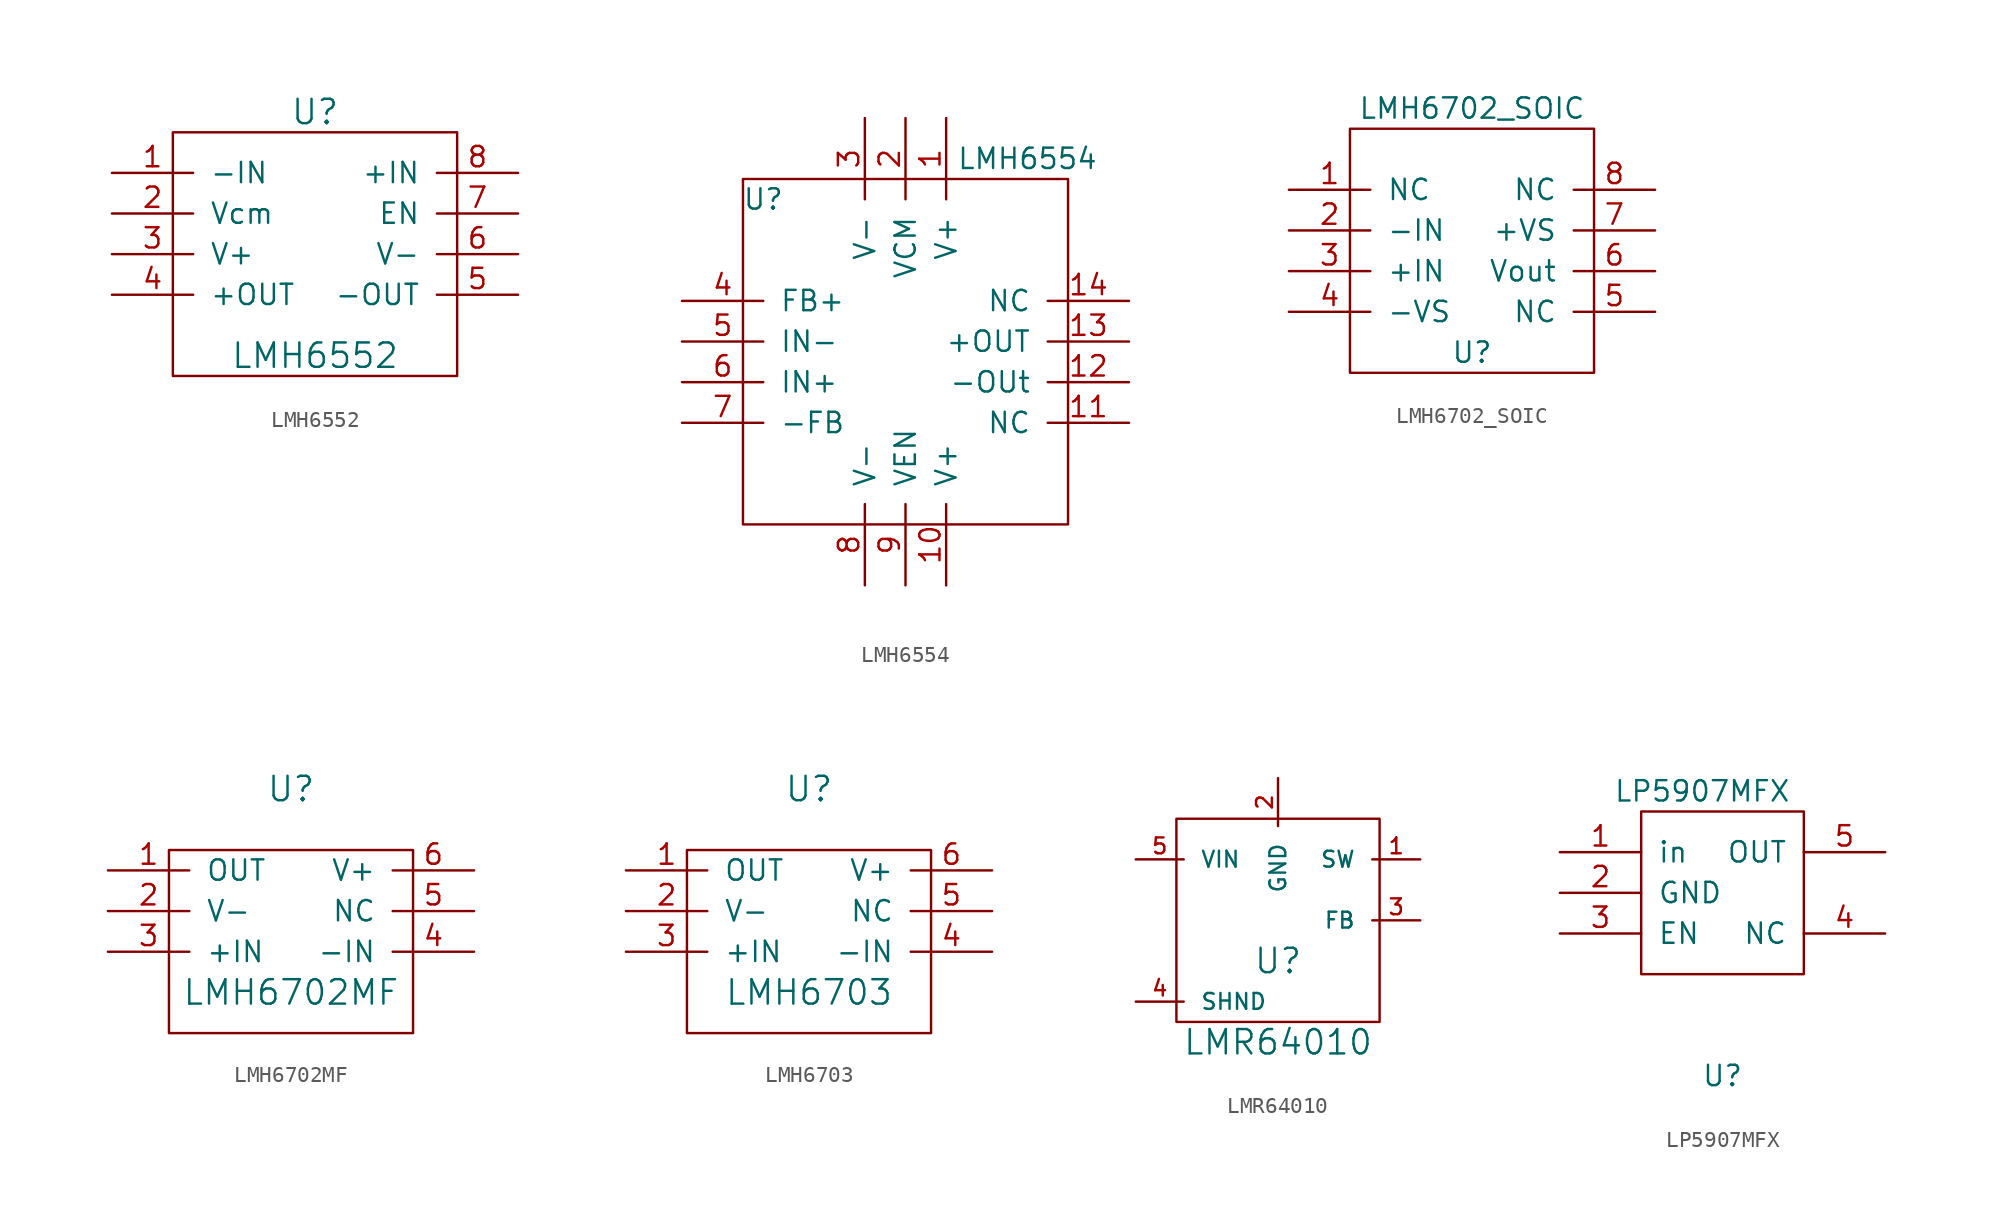
<source format=kicad_sym>
(kicad_symbol_lib
  (version 20220914)
  (generator kicad_symbol_editor)
  (symbol "LMH6552"
    (pin_names
      (offset 1.016))
    (property "Reference" "U"
      (at 0 7.62 0)
      (effects (font (size 1.524 1.524))))
    (property "Value" "LMH6552"
      (at 0 -7.62 0)
      (effects (font (size 1.524 1.524))))
    (property "Footprint" ""
      (at 0 0 0)
      (effects (font (size 1.524 1.524))))
    (property "Datasheet" ""
      (at 0 0 0)
      (effects (font (size 1.524 1.524))))
    (symbol "LMH6552_0_1"
      (rectangle (start -8.89 6.35) (end 8.89 -8.89) (stroke (width 0) (type solid)) (fill (type none))))
    (symbol "LMH6552_1_1"
      (pin input line (at -12.7 3.81 0) (length 5.08) (name "-IN" (effects (font (size 1.27 1.27)))) (number "1" (effects (font (size 1.27 1.27)))))
      (pin input line (at -12.7 1.27 0) (length 5.08) (name "Vcm" (effects (font (size 1.27 1.27)))) (number "2" (effects (font (size 1.27 1.27)))))
      (pin input line (at -12.7 -1.27 0) (length 5.08) (name "V+" (effects (font (size 1.27 1.27)))) (number "3" (effects (font (size 1.27 1.27)))))
      (pin input line (at -12.7 -3.81 0) (length 5.08) (name "+OUT" (effects (font (size 1.27 1.27)))) (number "4" (effects (font (size 1.27 1.27)))))
      (pin input line (at 12.7 -3.81 180) (length 5.08) (name "-OUT" (effects (font (size 1.27 1.27)))) (number "5" (effects (font (size 1.27 1.27)))))
      (pin input line (at 12.7 -1.27 180) (length 5.08) (name "V-" (effects (font (size 1.27 1.27)))) (number "6" (effects (font (size 1.27 1.27)))))
      (pin input line (at 12.7 1.27 180) (length 5.08) (name "EN" (effects (font (size 1.27 1.27)))) (number "7" (effects (font (size 1.27 1.27)))))
      (pin input line (at 12.7 3.81 180) (length 5.08) (name "+IN" (effects (font (size 1.27 1.27)))) (number "8" (effects (font (size 1.27 1.27)))))))
  (symbol "LMH6554"
    (pin_names
      (offset 1.016))
    (property "Reference" "U"
      (at -8.89 10.16 0)
      (effects (font (size 1.27 1.27))))
    (property "Value" "LMH6554"
      (at 7.62 12.7 0)
      (effects (font (size 1.27 1.27))))
    (symbol "LMH6554_0_1"
      (rectangle (start -10.16 11.43) (end 10.16 -10.16) (stroke (width 0) (type solid)) (fill (type none))))
    (symbol "LMH6554_1_1"
      (pin input line (at 2.54 15.24 270) (length 5.08) (name "V+" (effects (font (size 1.27 1.27)))) (number "1" (effects (font (size 1.27 1.27)))))
      (pin input line (at 2.54 -13.97 90) (length 5.08) (name "V+" (effects (font (size 1.27 1.27)))) (number "10" (effects (font (size 1.27 1.27)))))
      (pin input line (at 13.97 -3.81 180) (length 5.08) (name "NC" (effects (font (size 1.27 1.27)))) (number "11" (effects (font (size 1.27 1.27)))))
      (pin input line (at 13.97 -1.27 180) (length 5.08) (name "-OUt" (effects (font (size 1.27 1.27)))) (number "12" (effects (font (size 1.27 1.27)))))
      (pin input line (at 13.97 1.27 180) (length 5.08) (name "+OUT" (effects (font (size 1.27 1.27)))) (number "13" (effects (font (size 1.27 1.27)))))
      (pin input line (at 13.97 3.81 180) (length 5.08) (name "NC" (effects (font (size 1.27 1.27)))) (number "14" (effects (font (size 1.27 1.27)))))
      (pin input line (at 0 15.24 270) (length 5.08) (name "VCM" (effects (font (size 1.27 1.27)))) (number "2" (effects (font (size 1.27 1.27)))))
      (pin input line (at -2.54 15.24 270) (length 5.08) (name "V-" (effects (font (size 1.27 1.27)))) (number "3" (effects (font (size 1.27 1.27)))))
      (pin input line (at -13.97 3.81 0) (length 5.08) (name "FB+" (effects (font (size 1.27 1.27)))) (number "4" (effects (font (size 1.27 1.27)))))
      (pin input line (at -13.97 1.27 0) (length 5.08) (name "IN-" (effects (font (size 1.27 1.27)))) (number "5" (effects (font (size 1.27 1.27)))))
      (pin input line (at -13.97 -1.27 0) (length 5.08) (name "IN+" (effects (font (size 1.27 1.27)))) (number "6" (effects (font (size 1.27 1.27)))))
      (pin input line (at -13.97 -3.81 0) (length 5.08) (name "-FB" (effects (font (size 1.27 1.27)))) (number "7" (effects (font (size 1.27 1.27)))))
      (pin input line (at -2.54 -13.97 90) (length 5.08) (name "V-" (effects (font (size 1.27 1.27)))) (number "8" (effects (font (size 1.27 1.27)))))
      (pin input line (at 0 -13.97 90) (length 5.08) (name "VEN" (effects (font (size 1.27 1.27)))) (number "9" (effects (font (size 1.27 1.27)))))))
  (symbol "LMH6702_SOIC"
    (pin_names
      (offset 1.016))
    (property "Reference" "U"
      (at 0 -7.62 0)
      (effects (font (size 1.27 1.27))))
    (property "Value" "LMH6702_SOIC"
      (at 0 7.62 0)
      (effects (font (size 1.27 1.27))))
    (symbol "LMH6702_SOIC_0_1"
      (rectangle (start -7.62 6.35) (end 7.62 -8.89) (stroke (width 0) (type solid)) (fill (type none))))
    (symbol "LMH6702_SOIC_1_1"
      (pin input line (at -11.43 2.54 0) (length 5.08) (name "NC" (effects (font (size 1.27 1.27)))) (number "1" (effects (font (size 1.27 1.27)))))
      (pin input line (at -11.43 0 0) (length 5.08) (name "-IN" (effects (font (size 1.27 1.27)))) (number "2" (effects (font (size 1.27 1.27)))))
      (pin input line (at -11.43 -2.54 0) (length 5.08) (name "+IN" (effects (font (size 1.27 1.27)))) (number "3" (effects (font (size 1.27 1.27)))))
      (pin input line (at -11.43 -5.08 0) (length 5.08) (name "-VS" (effects (font (size 1.27 1.27)))) (number "4" (effects (font (size 1.27 1.27)))))
      (pin input line (at 11.43 -5.08 180) (length 5.08) (name "NC" (effects (font (size 1.27 1.27)))) (number "5" (effects (font (size 1.27 1.27)))))
      (pin input line (at 11.43 -2.54 180) (length 5.08) (name "Vout" (effects (font (size 1.27 1.27)))) (number "6" (effects (font (size 1.27 1.27)))))
      (pin input line (at 11.43 0 180) (length 5.08) (name "+VS" (effects (font (size 1.27 1.27)))) (number "7" (effects (font (size 1.27 1.27)))))
      (pin input line (at 11.43 2.54 180) (length 5.08) (name "NC" (effects (font (size 1.27 1.27)))) (number "8" (effects (font (size 1.27 1.27)))))))
  (symbol "LMH6702MF"
    (pin_names
      (offset 1.016))
    (property "Reference" "U"
      (at 0 7.62 0)
      (effects (font (size 1.524 1.524))))
    (property "Value" "LMH6702MF"
      (at 0 -5.08 0)
      (effects (font (size 1.524 1.524))))
    (property "Footprint" ""
      (at 0 0 0)
      (effects (font (size 1.524 1.524))))
    (property "Datasheet" ""
      (at 0 0 0)
      (effects (font (size 1.524 1.524))))
    (symbol "LMH6702MF_0_1"
      (rectangle (start -7.62 3.81) (end 7.62 -7.62) (stroke (width 0) (type solid)) (fill (type none))))
    (symbol "LMH6702MF_1_1"
      (pin input line (at -11.43 2.54 0) (length 5.08) (name "OUT" (effects (font (size 1.27 1.27)))) (number "1" (effects (font (size 1.27 1.27)))))
      (pin input line (at -11.43 0 0) (length 5.08) (name "V-" (effects (font (size 1.27 1.27)))) (number "2" (effects (font (size 1.27 1.27)))))
      (pin input line (at -11.43 -2.54 0) (length 5.08) (name "+IN" (effects (font (size 1.27 1.27)))) (number "3" (effects (font (size 1.27 1.27)))))
      (pin input line (at 11.43 -2.54 180) (length 5.08) (name "-IN" (effects (font (size 1.27 1.27)))) (number "4" (effects (font (size 1.27 1.27)))))
      (pin input line (at 11.43 0 180) (length 5.08) (name "NC" (effects (font (size 1.27 1.27)))) (number "5" (effects (font (size 1.27 1.27)))))
      (pin input line (at 11.43 2.54 180) (length 5.08) (name "V+" (effects (font (size 1.27 1.27)))) (number "6" (effects (font (size 1.27 1.27)))))))
  (symbol "LMH6703"
    (pin_names
      (offset 1.016))
    (property "Reference" "U"
      (at 0 7.62 0)
      (effects (font (size 1.524 1.524))))
    (property "Value" "LMH6703"
      (at 0 -5.08 0)
      (effects (font (size 1.524 1.524))))
    (property "Footprint" ""
      (at 0 0 0)
      (effects (font (size 1.524 1.524))))
    (property "Datasheet" ""
      (at 0 0 0)
      (effects (font (size 1.524 1.524))))
    (symbol "LMH6703_0_1"
      (rectangle (start -7.62 3.81) (end 7.62 -7.62) (stroke (width 0) (type solid)) (fill (type none))))
    (symbol "LMH6703_1_1"
      (pin input line (at -11.43 2.54 0) (length 5.08) (name "OUT" (effects (font (size 1.27 1.27)))) (number "1" (effects (font (size 1.27 1.27)))))
      (pin input line (at -11.43 0 0) (length 5.08) (name "V-" (effects (font (size 1.27 1.27)))) (number "2" (effects (font (size 1.27 1.27)))))
      (pin input line (at -11.43 -2.54 0) (length 5.08) (name "+IN" (effects (font (size 1.27 1.27)))) (number "3" (effects (font (size 1.27 1.27)))))
      (pin input line (at 11.43 -2.54 180) (length 5.08) (name "-IN" (effects (font (size 1.27 1.27)))) (number "4" (effects (font (size 1.27 1.27)))))
      (pin input line (at 11.43 0 180) (length 5.08) (name "NC" (effects (font (size 1.27 1.27)))) (number "5" (effects (font (size 1.27 1.27)))))
      (pin input line (at 11.43 2.54 180) (length 5.08) (name "V+" (effects (font (size 1.27 1.27)))) (number "6" (effects (font (size 1.27 1.27)))))))
  (symbol "LMR64010"
    (pin_names
      (offset 1.016))
    (property "Reference" "U"
      (at 0 -2.54 0)
      (effects (font (size 1.524 1.524))))
    (property "Value" "LMR64010"
      (at 0 -7.62 0)
      (effects (font (size 1.524 1.524))))
    (property "Footprint" ""
      (at 0 0 0)
      (effects (font (size 1.524 1.524))))
    (property "Datasheet" ""
      (at 0 0 0)
      (effects (font (size 1.524 1.524))))
    (symbol "LMR64010_0_1"
      (rectangle (start -6.35 6.35) (end 6.35 -6.35) (stroke (width 0) (type solid)) (fill (type none))))
    (symbol "LMR64010_1_0"
      (pin input line (at -8.89 -5.08 0) (length 2.997) (name "SHND" (effects (font (size 0.991 0.991)))) (number "4" (effects (font (size 0.991 0.991))))))
    (symbol "LMR64010_1_1"
      (pin input line (at 8.89 3.81 180) (length 2.997) (name "SW" (effects (font (size 0.991 0.991)))) (number "1" (effects (font (size 0.991 0.991)))))
      (pin input line (at 0 8.89 270) (length 2.997) (name "GND" (effects (font (size 0.991 0.991)))) (number "2" (effects (font (size 0.991 0.991)))))
      (pin input line (at 8.89 0 180) (length 2.997) (name "FB" (effects (font (size 0.991 0.991)))) (number "3" (effects (font (size 0.991 0.991)))))
      (pin input line (at -8.89 3.81 0) (length 2.997) (name "VIN" (effects (font (size 0.991 0.991)))) (number "5" (effects (font (size 0.991 0.991)))))))
  (symbol "LP5907MFX"
    (pin_names
      (offset 1.016))
    (property "Reference" "U"
      (at 0 -10.16 0)
      (effects (font (size 1.27 1.27))))
    (property "Value" "LP5907MFX"
      (at -1.27 7.62 0)
      (effects (font (size 1.27 1.27))))
    (symbol "LP5907MFX_0_1"
      (rectangle (start -5.08 6.35) (end 5.08 -3.81) (stroke (width 0) (type solid)) (fill (type none))))
    (symbol "LP5907MFX_1_1"
      (pin input line (at -10.16 3.81 0) (length 5.08) (name "in" (effects (font (size 1.27 1.27)))) (number "1" (effects (font (size 1.27 1.27)))))
      (pin input line (at -10.16 1.27 0) (length 5.08) (name "GND" (effects (font (size 1.27 1.27)))) (number "2" (effects (font (size 1.27 1.27)))))
      (pin input line (at -10.16 -1.27 0) (length 5.08) (name "EN" (effects (font (size 1.27 1.27)))) (number "3" (effects (font (size 1.27 1.27)))))
      (pin input line (at 10.16 -1.27 180) (length 5.08) (name "NC" (effects (font (size 1.27 1.27)))) (number "4" (effects (font (size 1.27 1.27)))))
      (pin input line (at 10.16 3.81 180) (length 5.08) (name "OUT" (effects (font (size 1.27 1.27)))) (number "5" (effects (font (size 1.27 1.27))))))))
</source>
